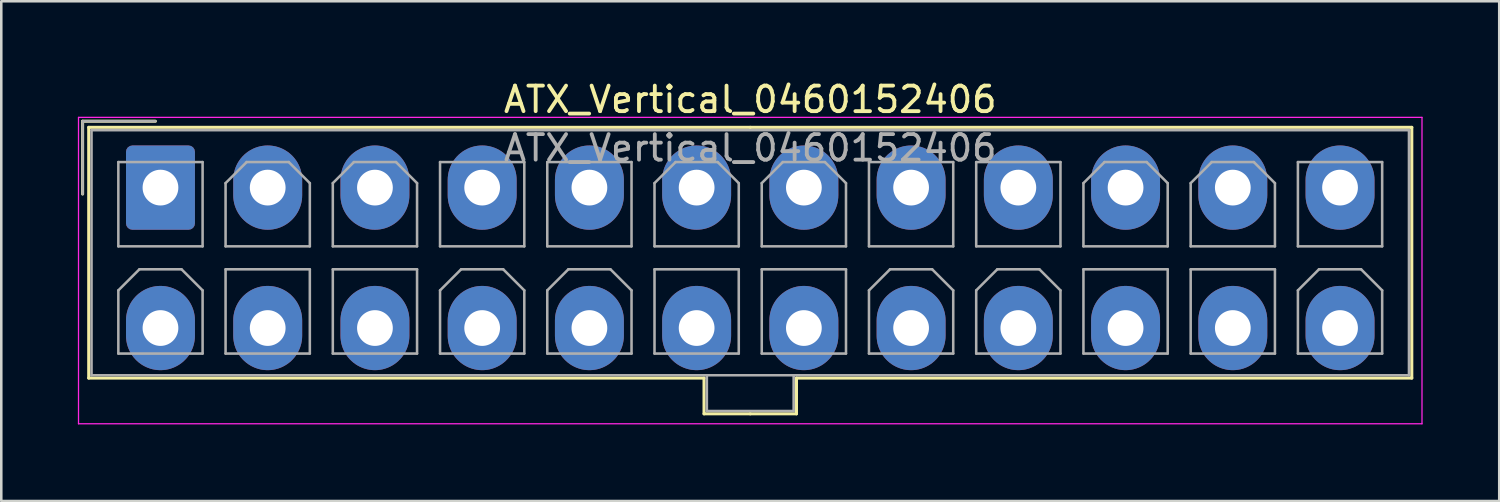
<source format=kicad_pcb>
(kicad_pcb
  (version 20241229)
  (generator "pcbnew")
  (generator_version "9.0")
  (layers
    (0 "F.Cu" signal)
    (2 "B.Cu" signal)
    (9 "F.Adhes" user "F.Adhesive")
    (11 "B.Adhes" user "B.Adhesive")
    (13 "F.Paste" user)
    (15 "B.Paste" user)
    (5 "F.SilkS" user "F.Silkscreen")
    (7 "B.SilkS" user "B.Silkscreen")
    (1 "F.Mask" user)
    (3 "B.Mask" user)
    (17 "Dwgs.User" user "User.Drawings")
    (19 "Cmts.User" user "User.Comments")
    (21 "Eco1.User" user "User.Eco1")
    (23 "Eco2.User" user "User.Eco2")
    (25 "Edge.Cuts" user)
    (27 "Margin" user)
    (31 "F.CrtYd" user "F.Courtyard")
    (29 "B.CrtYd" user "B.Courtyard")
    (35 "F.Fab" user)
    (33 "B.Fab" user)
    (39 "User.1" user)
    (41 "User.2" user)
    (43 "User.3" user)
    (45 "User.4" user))
  (footprint "ATX_Vertical_0460152406"
    (layer "F.Cu")
    (at 3.235 4.298)
    (property "Reference" "ATX_Vertical_0460152406" (at 23.1 -3.45 0) (layer "F.SilkS") (effects (font (size 1 1) (thickness 0.15))))
    (attr through_hole)
    (fp_line (start -3.05 -2.6) (end -3.05 0.25) (stroke (width 0.12) (type solid)) (layer "F.SilkS"))
    (fp_line (start -2.81 -2.36) (end -2.81 7.46) (stroke (width 0.12) (type solid)) (layer "F.SilkS"))
    (fp_line (start -2.81 7.46) (end 21.29 7.46) (stroke (width 0.12) (type solid)) (layer "F.SilkS"))
    (fp_line (start -0.2 -2.6) (end -3.05 -2.6) (stroke (width 0.12) (type solid)) (layer "F.SilkS"))
    (fp_line (start 21.29 7.46) (end 21.29 8.86) (stroke (width 0.12) (type solid)) (layer "F.SilkS"))
    (fp_line (start 21.29 8.86) (end 23.1 8.86) (stroke (width 0.12) (type solid)) (layer "F.SilkS"))
    (fp_line (start 23.1 -2.36) (end -2.81 -2.36) (stroke (width 0.12) (type solid)) (layer "F.SilkS"))
    (fp_line (start 23.1 -2.36) (end 49.01 -2.36) (stroke (width 0.12) (type solid)) (layer "F.SilkS"))
    (fp_line (start 24.91 7.46) (end 24.91 8.86) (stroke (width 0.12) (type solid)) (layer "F.SilkS"))
    (fp_line (start 24.91 8.86) (end 23.1 8.86) (stroke (width 0.12) (type solid)) (layer "F.SilkS"))
    (fp_line (start 49.01 -2.36) (end 49.01 7.46) (stroke (width 0.12) (type solid)) (layer "F.SilkS"))
    (fp_line (start 49.01 7.46) (end 24.91 7.46) (stroke (width 0.12) (type solid)) (layer "F.SilkS"))
    (fp_line (start -3.21 -2.75) (end -3.21 9.25) (stroke (width 0.05) (type solid)) (layer "F.CrtYd"))
    (fp_line (start -3.21 9.25) (end 49.41 9.25) (stroke (width 0.05) (type solid)) (layer "F.CrtYd"))
    (fp_line (start 49.41 -2.75) (end -3.21 -2.75) (stroke (width 0.05) (type solid)) (layer "F.CrtYd"))
    (fp_line (start 49.41 9.25) (end 49.41 -2.75) (stroke (width 0.05) (type solid)) (layer "F.CrtYd"))
    (fp_line (start -3.05 -2.6) (end -3.05 0.25) (stroke (width 0.1) (type solid)) (layer "F.Fab"))
    (fp_line (start -2.7 -2.25) (end -2.7 7.35) (stroke (width 0.1) (type solid)) (layer "F.Fab"))
    (fp_line (start -2.7 7.35) (end 48.9 7.35) (stroke (width 0.1) (type solid)) (layer "F.Fab"))
    (fp_line (start -1.65 -1) (end -1.65 2.3) (stroke (width 0.1) (type solid)) (layer "F.Fab"))
    (fp_line (start -1.65 2.3) (end 1.65 2.3) (stroke (width 0.1) (type solid)) (layer "F.Fab"))
    (fp_line (start -1.65 4.025) (end -0.825 3.2) (stroke (width 0.1) (type solid)) (layer "F.Fab"))
    (fp_line (start -1.65 6.5) (end -1.65 4.025) (stroke (width 0.1) (type solid)) (layer "F.Fab"))
    (fp_line (start -0.825 3.2) (end 0.825 3.2) (stroke (width 0.1) (type solid)) (layer "F.Fab"))
    (fp_line (start -0.2 -2.6) (end -3.05 -2.6) (stroke (width 0.1) (type solid)) (layer "F.Fab"))
    (fp_line (start 0.825 3.2) (end 1.65 4.025) (stroke (width 0.1) (type solid)) (layer "F.Fab"))
    (fp_line (start 1.65 -1) (end -1.65 -1) (stroke (width 0.1) (type solid)) (layer "F.Fab"))
    (fp_line (start 1.65 2.3) (end 1.65 -1) (stroke (width 0.1) (type solid)) (layer "F.Fab"))
    (fp_line (start 1.65 4.025) (end 1.65 6.5) (stroke (width 0.1) (type solid)) (layer "F.Fab"))
    (fp_line (start 1.65 6.5) (end -1.65 6.5) (stroke (width 0.1) (type solid)) (layer "F.Fab"))
    (fp_line (start 2.55 -0.175) (end 3.375 -1) (stroke (width 0.1) (type solid)) (layer "F.Fab"))
    (fp_line (start 2.55 2.3) (end 2.55 -0.175) (stroke (width 0.1) (type solid)) (layer "F.Fab"))
    (fp_line (start 2.55 3.2) (end 2.55 6.5) (stroke (width 0.1) (type solid)) (layer "F.Fab"))
    (fp_line (start 2.55 6.5) (end 5.85 6.5) (stroke (width 0.1) (type solid)) (layer "F.Fab"))
    (fp_line (start 3.375 -1) (end 5.025 -1) (stroke (width 0.1) (type solid)) (layer "F.Fab"))
    (fp_line (start 5.025 -1) (end 5.85 -0.175) (stroke (width 0.1) (type solid)) (layer "F.Fab"))
    (fp_line (start 5.85 -0.175) (end 5.85 2.3) (stroke (width 0.1) (type solid)) (layer "F.Fab"))
    (fp_line (start 5.85 2.3) (end 2.55 2.3) (stroke (width 0.1) (type solid)) (layer "F.Fab"))
    (fp_line (start 5.85 3.2) (end 2.55 3.2) (stroke (width 0.1) (type solid)) (layer "F.Fab"))
    (fp_line (start 5.85 6.5) (end 5.85 3.2) (stroke (width 0.1) (type solid)) (layer "F.Fab"))
    (fp_line (start 6.75 -0.175) (end 7.575 -1) (stroke (width 0.1) (type solid)) (layer "F.Fab"))
    (fp_line (start 6.75 2.3) (end 6.75 -0.175) (stroke (width 0.1) (type solid)) (layer "F.Fab"))
    (fp_line (start 6.75 3.2) (end 6.75 6.5) (stroke (width 0.1) (type solid)) (layer "F.Fab"))
    (fp_line (start 6.75 6.5) (end 10.05 6.5) (stroke (width 0.1) (type solid)) (layer "F.Fab"))
    (fp_line (start 7.575 -1) (end 9.225 -1) (stroke (width 0.1) (type solid)) (layer "F.Fab"))
    (fp_line (start 9.225 -1) (end 10.05 -0.175) (stroke (width 0.1) (type solid)) (layer "F.Fab"))
    (fp_line (start 10.05 -0.175) (end 10.05 2.3) (stroke (width 0.1) (type solid)) (layer "F.Fab"))
    (fp_line (start 10.05 2.3) (end 6.75 2.3) (stroke (width 0.1) (type solid)) (layer "F.Fab"))
    (fp_line (start 10.05 3.2) (end 6.75 3.2) (stroke (width 0.1) (type solid)) (layer "F.Fab"))
    (fp_line (start 10.05 6.5) (end 10.05 3.2) (stroke (width 0.1) (type solid)) (layer "F.Fab"))
    (fp_line (start 10.95 -1) (end 10.95 2.3) (stroke (width 0.1) (type solid)) (layer "F.Fab"))
    (fp_line (start 10.95 2.3) (end 14.25 2.3) (stroke (width 0.1) (type solid)) (layer "F.Fab"))
    (fp_line (start 10.95 4.025) (end 11.775 3.2) (stroke (width 0.1) (type solid)) (layer "F.Fab"))
    (fp_line (start 10.95 6.5) (end 10.95 4.025) (stroke (width 0.1) (type solid)) (layer "F.Fab"))
    (fp_line (start 11.775 3.2) (end 13.425 3.2) (stroke (width 0.1) (type solid)) (layer "F.Fab"))
    (fp_line (start 13.425 3.2) (end 14.25 4.025) (stroke (width 0.1) (type solid)) (layer "F.Fab"))
    (fp_line (start 14.25 -1) (end 10.95 -1) (stroke (width 0.1) (type solid)) (layer "F.Fab"))
    (fp_line (start 14.25 2.3) (end 14.25 -1) (stroke (width 0.1) (type solid)) (layer "F.Fab"))
    (fp_line (start 14.25 4.025) (end 14.25 6.5) (stroke (width 0.1) (type solid)) (layer "F.Fab"))
    (fp_line (start 14.25 6.5) (end 10.95 6.5) (stroke (width 0.1) (type solid)) (layer "F.Fab"))
    (fp_line (start 15.15 -1) (end 15.15 2.3) (stroke (width 0.1) (type solid)) (layer "F.Fab"))
    (fp_line (start 15.15 2.3) (end 18.45 2.3) (stroke (width 0.1) (type solid)) (layer "F.Fab"))
    (fp_line (start 15.15 4.025) (end 15.975 3.2) (stroke (width 0.1) (type solid)) (layer "F.Fab"))
    (fp_line (start 15.15 6.5) (end 15.15 4.025) (stroke (width 0.1) (type solid)) (layer "F.Fab"))
    (fp_line (start 15.975 3.2) (end 17.625 3.2) (stroke (width 0.1) (type solid)) (layer "F.Fab"))
    (fp_line (start 17.625 3.2) (end 18.45 4.025) (stroke (width 0.1) (type solid)) (layer "F.Fab"))
    (fp_line (start 18.45 -1) (end 15.15 -1) (stroke (width 0.1) (type solid)) (layer "F.Fab"))
    (fp_line (start 18.45 2.3) (end 18.45 -1) (stroke (width 0.1) (type solid)) (layer "F.Fab"))
    (fp_line (start 18.45 4.025) (end 18.45 6.5) (stroke (width 0.1) (type solid)) (layer "F.Fab"))
    (fp_line (start 18.45 6.5) (end 15.15 6.5) (stroke (width 0.1) (type solid)) (layer "F.Fab"))
    (fp_line (start 19.35 -0.175) (end 20.175 -1) (stroke (width 0.1) (type solid)) (layer "F.Fab"))
    (fp_line (start 19.35 2.3) (end 19.35 -0.175) (stroke (width 0.1) (type solid)) (layer "F.Fab"))
    (fp_line (start 19.35 3.2) (end 19.35 6.5) (stroke (width 0.1) (type solid)) (layer "F.Fab"))
    (fp_line (start 19.35 6.5) (end 22.65 6.5) (stroke (width 0.1) (type solid)) (layer "F.Fab"))
    (fp_line (start 20.175 -1) (end 21.825 -1) (stroke (width 0.1) (type solid)) (layer "F.Fab"))
    (fp_line (start 21.4 7.35) (end 21.4 8.75) (stroke (width 0.1) (type solid)) (layer "F.Fab"))
    (fp_line (start 21.4 8.75) (end 24.8 8.75) (stroke (width 0.1) (type solid)) (layer "F.Fab"))
    (fp_line (start 21.825 -1) (end 22.65 -0.175) (stroke (width 0.1) (type solid)) (layer "F.Fab"))
    (fp_line (start 22.65 -0.175) (end 22.65 2.3) (stroke (width 0.1) (type solid)) (layer "F.Fab"))
    (fp_line (start 22.65 2.3) (end 19.35 2.3) (stroke (width 0.1) (type solid)) (layer "F.Fab"))
    (fp_line (start 22.65 3.2) (end 19.35 3.2) (stroke (width 0.1) (type solid)) (layer "F.Fab"))
    (fp_line (start 22.65 6.5) (end 22.65 3.2) (stroke (width 0.1) (type solid)) (layer "F.Fab"))
    (fp_line (start 23.55 -0.175) (end 24.375 -1) (stroke (width 0.1) (type solid)) (layer "F.Fab"))
    (fp_line (start 23.55 2.3) (end 23.55 -0.175) (stroke (width 0.1) (type solid)) (layer "F.Fab"))
    (fp_line (start 23.55 3.2) (end 23.55 6.5) (stroke (width 0.1) (type solid)) (layer "F.Fab"))
    (fp_line (start 23.55 6.5) (end 26.85 6.5) (stroke (width 0.1) (type solid)) (layer "F.Fab"))
    (fp_line (start 24.375 -1) (end 26.025 -1) (stroke (width 0.1) (type solid)) (layer "F.Fab"))
    (fp_line (start 24.8 8.75) (end 24.8 7.35) (stroke (width 0.1) (type solid)) (layer "F.Fab"))
    (fp_line (start 26.025 -1) (end 26.85 -0.175) (stroke (width 0.1) (type solid)) (layer "F.Fab"))
    (fp_line (start 26.85 -0.175) (end 26.85 2.3) (stroke (width 0.1) (type solid)) (layer "F.Fab"))
    (fp_line (start 26.85 2.3) (end 23.55 2.3) (stroke (width 0.1) (type solid)) (layer "F.Fab"))
    (fp_line (start 26.85 3.2) (end 23.55 3.2) (stroke (width 0.1) (type solid)) (layer "F.Fab"))
    (fp_line (start 26.85 6.5) (end 26.85 3.2) (stroke (width 0.1) (type solid)) (layer "F.Fab"))
    (fp_line (start 27.75 -1) (end 27.75 2.3) (stroke (width 0.1) (type solid)) (layer "F.Fab"))
    (fp_line (start 27.75 2.3) (end 31.05 2.3) (stroke (width 0.1) (type solid)) (layer "F.Fab"))
    (fp_line (start 27.75 4.025) (end 28.575 3.2) (stroke (width 0.1) (type solid)) (layer "F.Fab"))
    (fp_line (start 27.75 6.5) (end 27.75 4.025) (stroke (width 0.1) (type solid)) (layer "F.Fab"))
    (fp_line (start 28.575 3.2) (end 30.225 3.2) (stroke (width 0.1) (type solid)) (layer "F.Fab"))
    (fp_line (start 30.225 3.2) (end 31.05 4.025) (stroke (width 0.1) (type solid)) (layer "F.Fab"))
    (fp_line (start 31.05 -1) (end 27.75 -1) (stroke (width 0.1) (type solid)) (layer "F.Fab"))
    (fp_line (start 31.05 2.3) (end 31.05 -1) (stroke (width 0.1) (type solid)) (layer "F.Fab"))
    (fp_line (start 31.05 4.025) (end 31.05 6.5) (stroke (width 0.1) (type solid)) (layer "F.Fab"))
    (fp_line (start 31.05 6.5) (end 27.75 6.5) (stroke (width 0.1) (type solid)) (layer "F.Fab"))
    (fp_line (start 31.95 -1) (end 31.95 2.3) (stroke (width 0.1) (type solid)) (layer "F.Fab"))
    (fp_line (start 31.95 2.3) (end 35.25 2.3) (stroke (width 0.1) (type solid)) (layer "F.Fab"))
    (fp_line (start 31.95 4.025) (end 32.775 3.2) (stroke (width 0.1) (type solid)) (layer "F.Fab"))
    (fp_line (start 31.95 6.5) (end 31.95 4.025) (stroke (width 0.1) (type solid)) (layer "F.Fab"))
    (fp_line (start 32.775 3.2) (end 34.425 3.2) (stroke (width 0.1) (type solid)) (layer "F.Fab"))
    (fp_line (start 34.425 3.2) (end 35.25 4.025) (stroke (width 0.1) (type solid)) (layer "F.Fab"))
    (fp_line (start 35.25 -1) (end 31.95 -1) (stroke (width 0.1) (type solid)) (layer "F.Fab"))
    (fp_line (start 35.25 2.3) (end 35.25 -1) (stroke (width 0.1) (type solid)) (layer "F.Fab"))
    (fp_line (start 35.25 4.025) (end 35.25 6.5) (stroke (width 0.1) (type solid)) (layer "F.Fab"))
    (fp_line (start 35.25 6.5) (end 31.95 6.5) (stroke (width 0.1) (type solid)) (layer "F.Fab"))
    (fp_line (start 36.15 -0.175) (end 36.975 -1) (stroke (width 0.1) (type solid)) (layer "F.Fab"))
    (fp_line (start 36.15 2.3) (end 36.15 -0.175) (stroke (width 0.1) (type solid)) (layer "F.Fab"))
    (fp_line (start 36.15 3.2) (end 36.15 6.5) (stroke (width 0.1) (type solid)) (layer "F.Fab"))
    (fp_line (start 36.15 6.5) (end 39.45 6.5) (stroke (width 0.1) (type solid)) (layer "F.Fab"))
    (fp_line (start 36.975 -1) (end 38.625 -1) (stroke (width 0.1) (type solid)) (layer "F.Fab"))
    (fp_line (start 38.625 -1) (end 39.45 -0.175) (stroke (width 0.1) (type solid)) (layer "F.Fab"))
    (fp_line (start 39.45 -0.175) (end 39.45 2.3) (stroke (width 0.1) (type solid)) (layer "F.Fab"))
    (fp_line (start 39.45 2.3) (end 36.15 2.3) (stroke (width 0.1) (type solid)) (layer "F.Fab"))
    (fp_line (start 39.45 3.2) (end 36.15 3.2) (stroke (width 0.1) (type solid)) (layer "F.Fab"))
    (fp_line (start 39.45 6.5) (end 39.45 3.2) (stroke (width 0.1) (type solid)) (layer "F.Fab"))
    (fp_line (start 40.35 -0.175) (end 41.175 -1) (stroke (width 0.1) (type solid)) (layer "F.Fab"))
    (fp_line (start 40.35 2.3) (end 40.35 -0.175) (stroke (width 0.1) (type solid)) (layer "F.Fab"))
    (fp_line (start 40.35 3.2) (end 40.35 6.5) (stroke (width 0.1) (type solid)) (layer "F.Fab"))
    (fp_line (start 40.35 6.5) (end 43.65 6.5) (stroke (width 0.1) (type solid)) (layer "F.Fab"))
    (fp_line (start 41.175 -1) (end 42.825 -1) (stroke (width 0.1) (type solid)) (layer "F.Fab"))
    (fp_line (start 42.825 -1) (end 43.65 -0.175) (stroke (width 0.1) (type solid)) (layer "F.Fab"))
    (fp_line (start 43.65 -0.175) (end 43.65 2.3) (stroke (width 0.1) (type solid)) (layer "F.Fab"))
    (fp_line (start 43.65 2.3) (end 40.35 2.3) (stroke (width 0.1) (type solid)) (layer "F.Fab"))
    (fp_line (start 43.65 3.2) (end 40.35 3.2) (stroke (width 0.1) (type solid)) (layer "F.Fab"))
    (fp_line (start 43.65 6.5) (end 43.65 3.2) (stroke (width 0.1) (type solid)) (layer "F.Fab"))
    (fp_line (start 44.55 -1) (end 44.55 2.3) (stroke (width 0.1) (type solid)) (layer "F.Fab"))
    (fp_line (start 44.55 2.3) (end 47.85 2.3) (stroke (width 0.1) (type solid)) (layer "F.Fab"))
    (fp_line (start 44.55 4.025) (end 45.375 3.2) (stroke (width 0.1) (type solid)) (layer "F.Fab"))
    (fp_line (start 44.55 6.5) (end 44.55 4.025) (stroke (width 0.1) (type solid)) (layer "F.Fab"))
    (fp_line (start 45.375 3.2) (end 47.025 3.2) (stroke (width 0.1) (type solid)) (layer "F.Fab"))
    (fp_line (start 47.025 3.2) (end 47.85 4.025) (stroke (width 0.1) (type solid)) (layer "F.Fab"))
    (fp_line (start 47.85 -1) (end 44.55 -1) (stroke (width 0.1) (type solid)) (layer "F.Fab"))
    (fp_line (start 47.85 2.3) (end 47.85 -1) (stroke (width 0.1) (type solid)) (layer "F.Fab"))
    (fp_line (start 47.85 4.025) (end 47.85 6.5) (stroke (width 0.1) (type solid)) (layer "F.Fab"))
    (fp_line (start 47.85 6.5) (end 44.55 6.5) (stroke (width 0.1) (type solid)) (layer "F.Fab"))
    (fp_line (start 48.9 -2.25) (end -2.7 -2.25) (stroke (width 0.1) (type solid)) (layer "F.Fab"))
    (fp_line (start 48.9 7.35) (end 48.9 -2.25) (stroke (width 0.1) (type solid)) (layer "F.Fab"))
    (fp_text user "${REFERENCE}" (at 23.1 -1.55 0) (layer "F.Fab") (effects (font (size 1 1) (thickness 0.15))))
    (pad "1" thru_hole roundrect (at 0 0) (size 2.7 3.3) (drill 1.4) (layers "*.Cu" "*.Mask") (roundrect_rratio 0.093))
    (pad "2" thru_hole oval (at 4.2 0) (size 2.7 3.3) (drill 1.4) (layers "*.Cu" "*.Mask"))
    (pad "3" thru_hole oval (at 8.4 0) (size 2.7 3.3) (drill 1.4) (layers "*.Cu" "*.Mask"))
    (pad "4" thru_hole oval (at 12.6 0) (size 2.7 3.3) (drill 1.4) (layers "*.Cu" "*.Mask"))
    (pad "5" thru_hole oval (at 16.8 0) (size 2.7 3.3) (drill 1.4) (layers "*.Cu" "*.Mask"))
    (pad "6" thru_hole oval (at 21 0) (size 2.7 3.3) (drill 1.4) (layers "*.Cu" "*.Mask"))
    (pad "7" thru_hole oval (at 25.2 0) (size 2.7 3.3) (drill 1.4) (layers "*.Cu" "*.Mask"))
    (pad "8" thru_hole oval (at 29.4 0) (size 2.7 3.3) (drill 1.4) (layers "*.Cu" "*.Mask"))
    (pad "9" thru_hole oval (at 33.6 0) (size 2.7 3.3) (drill 1.4) (layers "*.Cu" "*.Mask"))
    (pad "10" thru_hole oval (at 37.8 0) (size 2.7 3.3) (drill 1.4) (layers "*.Cu" "*.Mask"))
    (pad "11" thru_hole oval (at 42 0) (size 2.7 3.3) (drill 1.4) (layers "*.Cu" "*.Mask"))
    (pad "12" thru_hole oval (at 46.2 0) (size 2.7 3.3) (drill 1.4) (layers "*.Cu" "*.Mask"))
    (pad "13" thru_hole oval (at 0 5.5) (size 2.7 3.3) (drill 1.4) (layers "*.Cu" "*.Mask"))
    (pad "14" thru_hole oval (at 4.2 5.5) (size 2.7 3.3) (drill 1.4) (layers "*.Cu" "*.Mask"))
    (pad "15" thru_hole oval (at 8.4 5.5) (size 2.7 3.3) (drill 1.4) (layers "*.Cu" "*.Mask"))
    (pad "16" thru_hole oval (at 12.6 5.5) (size 2.7 3.3) (drill 1.4) (layers "*.Cu" "*.Mask"))
    (pad "17" thru_hole oval (at 16.8 5.5) (size 2.7 3.3) (drill 1.4) (layers "*.Cu" "*.Mask"))
    (pad "18" thru_hole oval (at 21 5.5) (size 2.7 3.3) (drill 1.4) (layers "*.Cu" "*.Mask"))
    (pad "19" thru_hole oval (at 25.2 5.5) (size 2.7 3.3) (drill 1.4) (layers "*.Cu" "*.Mask"))
    (pad "20" thru_hole oval (at 29.4 5.5) (size 2.7 3.3) (drill 1.4) (layers "*.Cu" "*.Mask"))
    (pad "21" thru_hole oval (at 33.6 5.5) (size 2.7 3.3) (drill 1.4) (layers "*.Cu" "*.Mask"))
    (pad "22" thru_hole oval (at 37.8 5.5) (size 2.7 3.3) (drill 1.4) (layers "*.Cu" "*.Mask"))
    (pad "23" thru_hole oval (at 42 5.5) (size 2.7 3.3) (drill 1.4) (layers "*.Cu" "*.Mask"))
    (pad "24" thru_hole oval (at 46.2 5.5) (size 2.7 3.3) (drill 1.4) (layers "*.Cu" "*.Mask")))
  (gr_rect
    (start -3 -3)
    (end 55.67 16.573)
    (stroke (width 0.1) (type default))
    (fill no)
    (layer "Edge.Cuts")))
</source>
